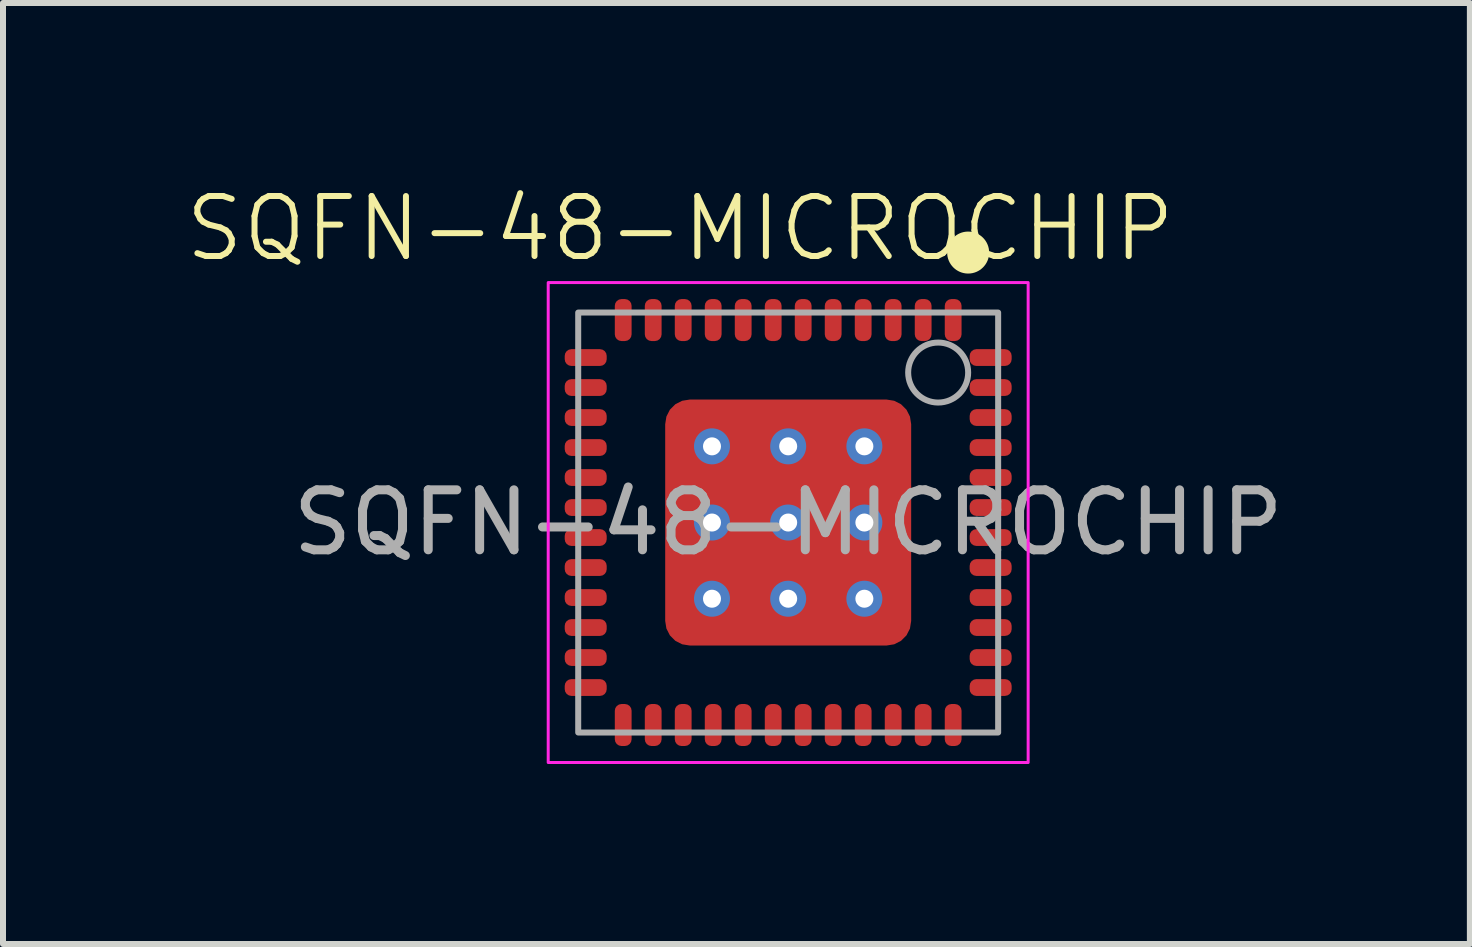
<source format=kicad_pcb>
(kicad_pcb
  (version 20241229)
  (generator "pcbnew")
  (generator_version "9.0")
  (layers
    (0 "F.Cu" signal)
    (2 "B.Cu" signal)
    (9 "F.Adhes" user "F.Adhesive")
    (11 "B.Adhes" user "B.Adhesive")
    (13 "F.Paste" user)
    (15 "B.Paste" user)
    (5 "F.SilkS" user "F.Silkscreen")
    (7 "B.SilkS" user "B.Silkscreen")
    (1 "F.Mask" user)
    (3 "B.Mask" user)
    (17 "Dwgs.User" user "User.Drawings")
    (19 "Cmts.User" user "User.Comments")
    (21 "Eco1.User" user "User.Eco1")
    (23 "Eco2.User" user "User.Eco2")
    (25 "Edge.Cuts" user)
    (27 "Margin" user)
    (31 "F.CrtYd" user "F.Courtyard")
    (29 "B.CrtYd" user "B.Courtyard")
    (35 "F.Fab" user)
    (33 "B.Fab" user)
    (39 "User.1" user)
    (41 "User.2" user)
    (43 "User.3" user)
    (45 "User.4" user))
  (footprint "SQFN-48-MICROCHIP"
    (layer "F.Cu")
    (at 10.088 5.66)
    (property "Reference" "SQFN-48-MICROCHIP" (at -1.8 -4.9 0) (unlocked yes) (layer "F.SilkS") (effects (font (size 1 1) (thickness 0.1))))
    (attr smd)
    (fp_circle (center 3 -4.5) (end 3.3 -4.5) (stroke (width 0.1) (type default)) (fill yes) (layer "F.SilkS"))
    (fp_poly (pts (arc (start -1.681413 -1.082876) (mid -1.587339 -0.944563) (end -1.449025 -0.85049)) (arc (start -1.449025 -0.85049) (mid -1.425883 -0.834882) (end -1.409914 -0.811988)) (arc (start -1.409914 -0.811988) (mid -1.369755 -0.625791) (end -1.409914 -0.439595)) (arc (start -1.409914 -0.439595) (mid -1.425883 -0.416701) (end -1.449026 -0.401093)) (arc (start -1.449026 -0.401093) (mid -1.58734 -0.30702) (end -1.681414 -0.168707)) (arc (start -1.681414 -0.168707) (mid -1.697021 -0.145565) (end -1.719915 -0.129596)) (arc (start -1.719915 -0.129596) (mid -1.763417 -0.112566) (end -1.808446 -0.10012)) (arc (start -1.808446 -0.10012) (mid -1.872614 -0.115089) (end -1.901121 -0.174496)) (arc (start -1.901386 -1.077102) (mid -1.872919 -1.136521) (end -1.808765 -1.151533)) (arc (start -1.808765 -1.151533) (mid -1.763572 -1.139069) (end -1.719914 -1.121987)) (arc (start -1.719914 -1.121987) (mid -1.69702 -1.106018) (end -1.681413 -1.082876))) (stroke (width 0) (type solid)) (fill yes) (layer "F.Paste"))
    (fp_poly (pts (arc (start -1.681413 0.187124) (mid -1.587339 0.325437) (end -1.449025 0.41951)) (arc (start -1.449025 0.41951) (mid -1.425883 0.435118) (end -1.409914 0.458012)) (arc (start -1.409914 0.458012) (mid -1.369755 0.644209) (end -1.409914 0.830405)) (arc (start -1.409914 0.830405) (mid -1.425883 0.853299) (end -1.449026 0.868907)) (arc (start -1.449026 0.868907) (mid -1.58734 0.96298) (end -1.681414 1.101293)) (arc (start -1.681414 1.101293) (mid -1.697021 1.124435) (end -1.719915 1.140404)) (arc (start -1.719915 1.140404) (mid -1.763417 1.157434) (end -1.808446 1.16988)) (arc (start -1.808446 1.16988) (mid -1.872614 1.154911) (end -1.901121 1.095504)) (arc (start -1.901386 0.192898) (mid -1.872919 0.133479) (end -1.808765 0.118467)) (arc (start -1.808765 0.118467) (mid -1.763572 0.130931) (end -1.719914 0.148013)) (arc (start -1.719914 0.148013) (mid -1.69702 0.163982) (end -1.681413 0.187124))) (stroke (width 0) (type solid)) (fill yes) (layer "F.Paste"))
    (fp_poly (pts (arc (start -0.190182 -1.68061) (mid -0.328495 -1.586536) (end -0.422568 -1.448222)) (arc (start -0.422568 -1.448222) (mid -0.438176 -1.42508) (end -0.46107 -1.409111)) (arc (start -0.46107 -1.409111) (mid -0.647267 -1.368952) (end -0.833463 -1.409111)) (arc (start -0.833463 -1.409111) (mid -0.856357 -1.42508) (end -0.871965 -1.448223)) (arc (start -0.871965 -1.448223) (mid -0.966038 -1.586537) (end -1.104351 -1.680611)) (arc (start -1.104351 -1.680611) (mid -1.127493 -1.696218) (end -1.143462 -1.719112)) (arc (start -1.143462 -1.719112) (mid -1.160492 -1.762614) (end -1.172938 -1.807643)) (arc (start -1.172938 -1.807643) (mid -1.157969 -1.871811) (end -1.098562 -1.900318)) (arc (start -0.195956 -1.900583) (mid -0.136537 -1.872116) (end -0.121525 -1.807962)) (arc (start -0.121525 -1.807962) (mid -0.133989 -1.762769) (end -0.151071 -1.719111)) (arc (start -0.151071 -1.719111) (mid -0.16704 -1.696217) (end -0.190182 -1.68061))) (stroke (width 0) (type solid)) (fill yes) (layer "F.Paste"))
    (fp_poly (pts (arc (start -0.190182 1.68061) (mid -0.328495 1.586536) (end -0.422568 1.448222)) (arc (start -0.422568 1.448222) (mid -0.438176 1.42508) (end -0.46107 1.409111)) (arc (start -0.46107 1.409111) (mid -0.647267 1.368952) (end -0.833463 1.409111)) (arc (start -0.833463 1.409111) (mid -0.856357 1.42508) (end -0.871965 1.448223)) (arc (start -0.871965 1.448223) (mid -0.966038 1.586537) (end -1.104351 1.680611)) (arc (start -1.104351 1.680611) (mid -1.127493 1.696218) (end -1.143462 1.719112)) (arc (start -1.143462 1.719112) (mid -1.160492 1.762614) (end -1.172938 1.807643)) (arc (start -1.172938 1.807643) (mid -1.157969 1.871811) (end -1.098562 1.900318)) (arc (start -0.195956 1.900583) (mid -0.136537 1.872116) (end -0.121525 1.807962)) (arc (start -0.121525 1.807962) (mid -0.133989 1.762769) (end -0.151071 1.719111)) (arc (start -0.151071 1.719111) (mid -0.16704 1.696217) (end -0.190182 1.68061))) (stroke (width 0) (type solid)) (fill yes) (layer "F.Paste"))
    (fp_poly (pts (arc (start 1.079818 -1.68061) (mid 0.941505 -1.586536) (end 0.847432 -1.448222)) (arc (start 0.847432 -1.448222) (mid 0.831824 -1.42508) (end 0.80893 -1.409111)) (arc (start 0.80893 -1.409111) (mid 0.622733 -1.368952) (end 0.436537 -1.409111)) (arc (start 0.436537 -1.409111) (mid 0.413643 -1.42508) (end 0.398035 -1.448223)) (arc (start 0.398035 -1.448223) (mid 0.303962 -1.586537) (end 0.165649 -1.680611)) (arc (start 0.165649 -1.680611) (mid 0.142507 -1.696218) (end 0.126538 -1.719112)) (arc (start 0.126538 -1.719112) (mid 0.109508 -1.762614) (end 0.097062 -1.807643)) (arc (start 0.097062 -1.807643) (mid 0.112031 -1.871811) (end 0.171438 -1.900318)) (arc (start 1.074044 -1.900583) (mid 1.133463 -1.872116) (end 1.148475 -1.807962)) (arc (start 1.148475 -1.807962) (mid 1.136011 -1.762769) (end 1.118929 -1.719111)) (arc (start 1.118929 -1.719111) (mid 1.10296 -1.696217) (end 1.079818 -1.68061))) (stroke (width 0) (type solid)) (fill yes) (layer "F.Paste"))
    (fp_poly (pts (arc (start 1.079818 1.68061) (mid 0.941505 1.586536) (end 0.847432 1.448222)) (arc (start 0.847432 1.448222) (mid 0.831824 1.42508) (end 0.80893 1.409111)) (arc (start 0.80893 1.409111) (mid 0.622733 1.368952) (end 0.436537 1.409111)) (arc (start 0.436537 1.409111) (mid 0.413643 1.42508) (end 0.398035 1.448223)) (arc (start 0.398035 1.448223) (mid 0.303962 1.586537) (end 0.165649 1.680611)) (arc (start 0.165649 1.680611) (mid 0.142507 1.696218) (end 0.126538 1.719112)) (arc (start 0.126538 1.719112) (mid 0.109508 1.762614) (end 0.097062 1.807643)) (arc (start 0.097062 1.807643) (mid 0.112031 1.871811) (end 0.171438 1.900318)) (arc (start 1.074044 1.900583) (mid 1.133463 1.872116) (end 1.148475 1.807962)) (arc (start 1.148475 1.807962) (mid 1.136011 1.762769) (end 1.118929 1.719111)) (arc (start 1.118929 1.719111) (mid 1.10296 1.696217) (end 1.079818 1.68061))) (stroke (width 0) (type solid)) (fill yes) (layer "F.Paste"))
    (fp_poly (pts (arc (start 1.681413 -1.082876) (mid 1.587339 -0.944563) (end 1.449025 -0.85049)) (arc (start 1.449025 -0.85049) (mid 1.425883 -0.834882) (end 1.409914 -0.811988)) (arc (start 1.409914 -0.811988) (mid 1.369755 -0.625791) (end 1.409914 -0.439595)) (arc (start 1.409914 -0.439595) (mid 1.425883 -0.416701) (end 1.449026 -0.401093)) (arc (start 1.449026 -0.401093) (mid 1.58734 -0.30702) (end 1.681414 -0.168707)) (arc (start 1.681414 -0.168707) (mid 1.697021 -0.145565) (end 1.719915 -0.129596)) (arc (start 1.719915 -0.129596) (mid 1.763417 -0.112566) (end 1.808446 -0.10012)) (arc (start 1.808446 -0.10012) (mid 1.872614 -0.115089) (end 1.901121 -0.174496)) (arc (start 1.901386 -1.077102) (mid 1.872919 -1.136521) (end 1.808765 -1.151533)) (arc (start 1.808765 -1.151533) (mid 1.763572 -1.139069) (end 1.719914 -1.121987)) (arc (start 1.719914 -1.121987) (mid 1.69702 -1.106018) (end 1.681413 -1.082876))) (stroke (width 0) (type solid)) (fill yes) (layer "F.Paste"))
    (fp_poly (pts (arc (start 1.681413 0.187124) (mid 1.587339 0.325437) (end 1.449025 0.41951)) (arc (start 1.449025 0.41951) (mid 1.425883 0.435118) (end 1.409914 0.458012)) (arc (start 1.409914 0.458012) (mid 1.369755 0.644209) (end 1.409914 0.830405)) (arc (start 1.409914 0.830405) (mid 1.425883 0.853299) (end 1.449026 0.868907)) (arc (start 1.449026 0.868907) (mid 1.58734 0.96298) (end 1.681414 1.101293)) (arc (start 1.681414 1.101293) (mid 1.697021 1.124435) (end 1.719915 1.140404)) (arc (start 1.719915 1.140404) (mid 1.763417 1.157434) (end 1.808446 1.16988)) (arc (start 1.808446 1.16988) (mid 1.872614 1.154911) (end 1.901121 1.095504)) (arc (start 1.901386 0.192898) (mid 1.872919 0.133479) (end 1.808765 0.118467)) (arc (start 1.808765 0.118467) (mid 1.763572 0.130931) (end 1.719914 0.148013)) (arc (start 1.719914 0.148013) (mid 1.69702 0.163982) (end 1.681413 0.187124))) (stroke (width 0) (type solid)) (fill yes) (layer "F.Paste"))
    (fp_poly (pts (arc (start -0.449915 -0.129594) (mid -0.427021 -0.145563) (end -0.411414 -0.168706)) (arc (start -0.411414 -0.168706) (mid -0.31734 -0.30702) (end -0.179026 -0.401093)) (arc (start -0.179026 -0.401093) (mid -0.155883 -0.4167) (end -0.139914 -0.439595)) (arc (start -0.139914 -0.439595) (mid -0.099755 -0.625791) (end -0.139914 -0.811988)) (arc (start -0.139914 -0.811988) (mid -0.155883 -0.834883) (end -0.179026 -0.85049)) (arc (start -0.179026 -0.85049) (mid -0.31734 -0.944563) (end -0.411414 -1.082877)) (arc (start -0.411414 -1.082877) (mid -0.427021 -1.106019) (end -0.449915 -1.121988)) (arc (start -0.449915 -1.121988) (mid -0.636113 -1.162148) (end -0.822311 -1.121988)) (arc (start -0.822311 -1.121988) (mid -0.845205 -1.106019) (end -0.860812 -1.082877)) (arc (start -0.860812 -1.082877) (mid -0.954886 -0.944564) (end -1.0932 -0.850491)) (arc (start -1.0932 -0.850491) (mid -1.116343 -0.834883) (end -1.132312 -0.811989)) (arc (start -1.132312 -0.811989) (mid -1.172471 -0.625792) (end -1.132312 -0.439595)) (arc (start -1.132312 -0.439595) (mid -1.116343 -0.4167) (end -1.0932 -0.401093)) (arc (start -1.0932 -0.401093) (mid -0.954886 -0.30702) (end -0.860813 -0.168706)) (arc (start -0.860813 -0.168706) (mid -0.845205 -0.145563) (end -0.822311 -0.129594)) (arc (start -0.822311 -0.129594) (mid -0.636113 -0.089435) (end -0.449915 -0.129594))) (stroke (width 0) (type solid)) (fill yes) (layer "F.Paste"))
    (fp_poly (pts (arc (start -0.449915 1.140406) (mid -0.427021 1.124437) (end -0.411414 1.101294)) (arc (start -0.411414 1.101294) (mid -0.31734 0.96298) (end -0.179026 0.868907)) (arc (start -0.179026 0.868907) (mid -0.155883 0.8533) (end -0.139914 0.830405)) (arc (start -0.139914 0.830405) (mid -0.099755 0.644209) (end -0.139914 0.458012)) (arc (start -0.139914 0.458012) (mid -0.155883 0.435117) (end -0.179026 0.41951)) (arc (start -0.179026 0.41951) (mid -0.31734 0.325437) (end -0.411414 0.187123)) (arc (start -0.411414 0.187123) (mid -0.427021 0.163981) (end -0.449915 0.148012)) (arc (start -0.449915 0.148012) (mid -0.636113 0.107852) (end -0.822311 0.148012)) (arc (start -0.822311 0.148012) (mid -0.845205 0.163981) (end -0.860812 0.187123)) (arc (start -0.860812 0.187123) (mid -0.954886 0.325436) (end -1.0932 0.419509)) (arc (start -1.0932 0.419509) (mid -1.116343 0.435117) (end -1.132312 0.458011)) (arc (start -1.132312 0.458011) (mid -1.172471 0.644208) (end -1.132312 0.830405)) (arc (start -1.132312 0.830405) (mid -1.116343 0.8533) (end -1.0932 0.868907)) (arc (start -1.0932 0.868907) (mid -0.954886 0.96298) (end -0.860813 1.101294)) (arc (start -0.860813 1.101294) (mid -0.845205 1.124437) (end -0.822311 1.140406)) (arc (start -0.822311 1.140406) (mid -0.636113 1.180565) (end -0.449915 1.140406))) (stroke (width 0) (type solid)) (fill yes) (layer "F.Paste"))
    (fp_poly (pts (arc (start 0.449915 -0.129594) (mid 0.427021 -0.145563) (end 0.411414 -0.168706)) (arc (start 0.411414 -0.168706) (mid 0.31734 -0.30702) (end 0.179026 -0.401093)) (arc (start 0.179026 -0.401093) (mid 0.155883 -0.4167) (end 0.139914 -0.439595)) (arc (start 0.139914 -0.439595) (mid 0.099755 -0.625791) (end 0.139914 -0.811988)) (arc (start 0.139914 -0.811988) (mid 0.155883 -0.834883) (end 0.179026 -0.85049)) (arc (start 0.179026 -0.85049) (mid 0.31734 -0.944563) (end 0.411414 -1.082877)) (arc (start 0.411414 -1.082877) (mid 0.427021 -1.106019) (end 0.449915 -1.121988)) (arc (start 0.449915 -1.121988) (mid 0.636113 -1.162148) (end 0.822311 -1.121988)) (arc (start 0.822311 -1.121988) (mid 0.845205 -1.106019) (end 0.860812 -1.082877)) (arc (start 0.860812 -1.082877) (mid 0.954886 -0.944564) (end 1.0932 -0.850491)) (arc (start 1.0932 -0.850491) (mid 1.116343 -0.834883) (end 1.132312 -0.811989)) (arc (start 1.132312 -0.811989) (mid 1.172471 -0.625792) (end 1.132312 -0.439595)) (arc (start 1.132312 -0.439595) (mid 1.116343 -0.4167) (end 1.0932 -0.401093)) (arc (start 1.0932 -0.401093) (mid 0.954886 -0.30702) (end 0.860813 -0.168706)) (arc (start 0.860813 -0.168706) (mid 0.845205 -0.145563) (end 0.822311 -0.129594)) (arc (start 0.822311 -0.129594) (mid 0.636113 -0.089435) (end 0.449915 -0.129594))) (stroke (width 0) (type solid)) (fill yes) (layer "F.Paste"))
    (fp_poly (pts (arc (start 0.449915 1.140406) (mid 0.427021 1.124437) (end 0.411414 1.101294)) (arc (start 0.411414 1.101294) (mid 0.31734 0.96298) (end 0.179026 0.868907)) (arc (start 0.179026 0.868907) (mid 0.155883 0.8533) (end 0.139914 0.830405)) (arc (start 0.139914 0.830405) (mid 0.099755 0.644209) (end 0.139914 0.458012)) (arc (start 0.139914 0.458012) (mid 0.155883 0.435117) (end 0.179026 0.41951)) (arc (start 0.179026 0.41951) (mid 0.31734 0.325437) (end 0.411414 0.187123)) (arc (start 0.411414 0.187123) (mid 0.427021 0.163981) (end 0.449915 0.148012)) (arc (start 0.449915 0.148012) (mid 0.636113 0.107852) (end 0.822311 0.148012)) (arc (start 0.822311 0.148012) (mid 0.845205 0.163981) (end 0.860812 0.187123)) (arc (start 0.860812 0.187123) (mid 0.954886 0.325436) (end 1.0932 0.419509)) (arc (start 1.0932 0.419509) (mid 1.116343 0.435117) (end 1.132312 0.458011)) (arc (start 1.132312 0.458011) (mid 1.172471 0.644208) (end 1.132312 0.830405)) (arc (start 1.132312 0.830405) (mid 1.116343 0.8533) (end 1.0932 0.868907)) (arc (start 1.0932 0.868907) (mid 0.954886 0.96298) (end 0.860813 1.101294)) (arc (start 0.860813 1.101294) (mid 0.845205 1.124437) (end 0.822311 1.140406)) (arc (start 0.822311 1.140406) (mid 0.636113 1.180565) (end 0.449915 1.140406))) (stroke (width 0) (type solid)) (fill yes) (layer "F.Paste"))
    (fp_rect (start -4 -4) (end 4 4) (stroke (width 0.05) (type default)) (fill no) (layer "F.CrtYd"))
    (fp_rect (start -3.5 -3.5) (end 3.5 3.5) (stroke (width 0.1) (type default)) (fill no) (layer "F.Fab"))
    (fp_circle (center 2.5 -2.5) (end 3 -2.5) (stroke (width 0.1) (type default)) (fill no) (layer "F.Fab"))
    (fp_text user "${REFERENCE}" (at 0 0 0) (unlocked yes) (layer "F.Fab") (effects (font (size 1 1) (thickness 0.15))))
    (pad "1" smd roundrect (at 2.75 -3.375) (size 0.28 0.7) (layers "F.Cu" "F.Mask" "F.Paste") (roundrect_rratio 0.4))
    (pad "2" smd roundrect (at 2.25 -3.375) (size 0.28 0.7) (layers "F.Cu" "F.Mask" "F.Paste") (roundrect_rratio 0.4))
    (pad "3" smd roundrect (at 1.75 -3.375) (size 0.28 0.7) (layers "F.Cu" "F.Mask" "F.Paste") (roundrect_rratio 0.4))
    (pad "4" smd roundrect (at 1.25 -3.375) (size 0.28 0.7) (layers "F.Cu" "F.Mask" "F.Paste") (roundrect_rratio 0.4))
    (pad "5" smd roundrect (at 0.75 -3.375) (size 0.28 0.7) (layers "F.Cu" "F.Mask" "F.Paste") (roundrect_rratio 0.4))
    (pad "6" smd roundrect (at 0.25 -3.375) (size 0.28 0.7) (layers "F.Cu" "F.Mask" "F.Paste") (roundrect_rratio 0.4))
    (pad "7" smd roundrect (at -0.25 -3.375) (size 0.28 0.7) (layers "F.Cu" "F.Mask" "F.Paste") (roundrect_rratio 0.4))
    (pad "8" smd roundrect (at -0.75 -3.375) (size 0.28 0.7) (layers "F.Cu" "F.Mask" "F.Paste") (roundrect_rratio 0.4))
    (pad "9" smd roundrect (at -1.25 -3.375) (size 0.28 0.7) (layers "F.Cu" "F.Mask" "F.Paste") (roundrect_rratio 0.4))
    (pad "10" smd roundrect (at -1.75 -3.375) (size 0.28 0.7) (layers "F.Cu" "F.Mask" "F.Paste") (roundrect_rratio 0.4))
    (pad "11" smd roundrect (at -2.25 -3.375) (size 0.28 0.7) (layers "F.Cu" "F.Mask" "F.Paste") (roundrect_rratio 0.4))
    (pad "12" smd roundrect (at -2.75 -3.375) (size 0.28 0.7) (layers "F.Cu" "F.Mask" "F.Paste") (roundrect_rratio 0.4))
    (pad "13" smd roundrect (at -3.375 -2.75 270) (size 0.28 0.7) (layers "F.Cu" "F.Mask" "F.Paste") (roundrect_rratio 0.4))
    (pad "14" smd roundrect (at -3.375 -2.25 270) (size 0.28 0.7) (layers "F.Cu" "F.Mask" "F.Paste") (roundrect_rratio 0.4))
    (pad "15" smd roundrect (at -3.375 -1.75 270) (size 0.28 0.7) (layers "F.Cu" "F.Mask" "F.Paste") (roundrect_rratio 0.4))
    (pad "16" smd roundrect (at -3.375 -1.25 270) (size 0.28 0.7) (layers "F.Cu" "F.Mask" "F.Paste") (roundrect_rratio 0.4))
    (pad "17" smd roundrect (at -3.375 -0.75 270) (size 0.28 0.7) (layers "F.Cu" "F.Mask" "F.Paste") (roundrect_rratio 0.4))
    (pad "18" smd roundrect (at -3.375 -0.25 270) (size 0.28 0.7) (layers "F.Cu" "F.Mask" "F.Paste") (roundrect_rratio 0.4))
    (pad "19" smd roundrect (at -3.375 0.25 270) (size 0.28 0.7) (layers "F.Cu" "F.Mask" "F.Paste") (roundrect_rratio 0.4))
    (pad "20" smd roundrect (at -3.375 0.75 270) (size 0.28 0.7) (layers "F.Cu" "F.Mask" "F.Paste") (roundrect_rratio 0.4))
    (pad "21" smd roundrect (at -3.375 1.25 270) (size 0.28 0.7) (layers "F.Cu" "F.Mask" "F.Paste") (roundrect_rratio 0.4))
    (pad "22" smd roundrect (at -3.375 1.75 270) (size 0.28 0.7) (layers "F.Cu" "F.Mask" "F.Paste") (roundrect_rratio 0.4))
    (pad "23" smd roundrect (at -3.375 2.25 270) (size 0.28 0.7) (layers "F.Cu" "F.Mask" "F.Paste") (roundrect_rratio 0.4))
    (pad "24" smd roundrect (at -3.375 2.75 270) (size 0.28 0.7) (layers "F.Cu" "F.Mask" "F.Paste") (roundrect_rratio 0.4))
    (pad "25" smd roundrect (at -2.75 3.375) (size 0.28 0.7) (layers "F.Cu" "F.Mask" "F.Paste") (roundrect_rratio 0.4))
    (pad "26" smd roundrect (at -2.25 3.375) (size 0.28 0.7) (layers "F.Cu" "F.Mask" "F.Paste") (roundrect_rratio 0.4))
    (pad "27" smd roundrect (at -1.75 3.375) (size 0.28 0.7) (layers "F.Cu" "F.Mask" "F.Paste") (roundrect_rratio 0.4))
    (pad "28" smd roundrect (at -1.25 3.375) (size 0.28 0.7) (layers "F.Cu" "F.Mask" "F.Paste") (roundrect_rratio 0.4))
    (pad "29" smd roundrect (at -0.75 3.375) (size 0.28 0.7) (layers "F.Cu" "F.Mask" "F.Paste") (roundrect_rratio 0.4))
    (pad "30" smd roundrect (at -0.25 3.375) (size 0.28 0.7) (layers "F.Cu" "F.Mask" "F.Paste") (roundrect_rratio 0.4))
    (pad "31" smd roundrect (at 0.25 3.375) (size 0.28 0.7) (layers "F.Cu" "F.Mask" "F.Paste") (roundrect_rratio 0.4))
    (pad "32" smd roundrect (at 0.75 3.375) (size 0.28 0.7) (layers "F.Cu" "F.Mask" "F.Paste") (roundrect_rratio 0.4))
    (pad "33" smd roundrect (at 1.25 3.375) (size 0.28 0.7) (layers "F.Cu" "F.Mask" "F.Paste") (roundrect_rratio 0.4))
    (pad "34" smd roundrect (at 1.75 3.375) (size 0.28 0.7) (layers "F.Cu" "F.Mask" "F.Paste") (roundrect_rratio 0.4))
    (pad "35" smd roundrect (at 2.25 3.375) (size 0.28 0.7) (layers "F.Cu" "F.Mask" "F.Paste") (roundrect_rratio 0.4))
    (pad "36" smd roundrect (at 2.75 3.375) (size 0.28 0.7) (layers "F.Cu" "F.Mask" "F.Paste") (roundrect_rratio 0.4))
    (pad "37" smd roundrect (at 3.375 2.75 270) (size 0.28 0.7) (layers "F.Cu" "F.Mask" "F.Paste") (roundrect_rratio 0.4))
    (pad "38" smd roundrect (at 3.375 2.25 270) (size 0.28 0.7) (layers "F.Cu" "F.Mask" "F.Paste") (roundrect_rratio 0.4))
    (pad "39" smd roundrect (at 3.375 1.75 270) (size 0.28 0.7) (layers "F.Cu" "F.Mask" "F.Paste") (roundrect_rratio 0.4))
    (pad "40" smd roundrect (at 3.375 1.25 270) (size 0.28 0.7) (layers "F.Cu" "F.Mask" "F.Paste") (roundrect_rratio 0.4))
    (pad "41" smd roundrect (at 3.375 0.75 270) (size 0.28 0.7) (layers "F.Cu" "F.Mask" "F.Paste") (roundrect_rratio 0.4))
    (pad "42" smd roundrect (at 3.375 0.25 270) (size 0.28 0.7) (layers "F.Cu" "F.Mask" "F.Paste") (roundrect_rratio 0.4))
    (pad "43" smd roundrect (at 3.375 -0.25 270) (size 0.28 0.7) (layers "F.Cu" "F.Mask" "F.Paste") (roundrect_rratio 0.4))
    (pad "44" smd roundrect (at 3.375 -0.75 270) (size 0.28 0.7) (layers "F.Cu" "F.Mask" "F.Paste") (roundrect_rratio 0.4))
    (pad "45" smd roundrect (at 3.375 -1.25 270) (size 0.28 0.7) (layers "F.Cu" "F.Mask" "F.Paste") (roundrect_rratio 0.4))
    (pad "46" smd roundrect (at 3.375 -1.75 270) (size 0.28 0.7) (layers "F.Cu" "F.Mask" "F.Paste") (roundrect_rratio 0.4))
    (pad "47" smd roundrect (at 3.375 -2.25 270) (size 0.28 0.7) (layers "F.Cu" "F.Mask" "F.Paste") (roundrect_rratio 0.4))
    (pad "48" smd roundrect (at 3.375 -2.75 270) (size 0.28 0.7) (layers "F.Cu" "F.Mask" "F.Paste") (roundrect_rratio 0.4))
    (pad "49" thru_hole circle (at -1.27 -1.27) (size 0.6 0.6) (drill 0.3) (layers "*.Cu" "*.Mask"))
    (pad "49" thru_hole circle (at -1.27 0) (size 0.6 0.6) (drill 0.3) (layers "*.Cu" "*.Mask"))
    (pad "49" thru_hole circle (at -1.27 1.27) (size 0.6 0.6) (drill 0.3) (layers "*.Cu" "*.Mask"))
    (pad "49" thru_hole circle (at 0 -1.27) (size 0.6 0.6) (drill 0.3) (layers "*.Cu" "*.Mask"))
    (pad "49" thru_hole circle (at 0 0) (size 0.6 0.6) (drill 0.3) (layers "*.Cu" "*.Mask"))
    (pad "49" smd roundrect (at 0 0 270) (size 4.1 4.1) (layers "F.Cu" "F.Mask") (roundrect_rratio 0.1))
    (pad "49" thru_hole circle (at 0 1.27) (size 0.6 0.6) (drill 0.3) (layers "*.Cu" "*.Mask"))
    (pad "49" thru_hole circle (at 1.27 -1.27) (size 0.6 0.6) (drill 0.3) (layers "*.Cu" "*.Mask"))
    (pad "49" thru_hole circle (at 1.27 0) (size 0.6 0.6) (drill 0.3) (layers "*.Cu" "*.Mask"))
    (pad "49" thru_hole circle (at 1.27 1.27) (size 0.6 0.6) (drill 0.3) (layers "*.Cu" "*.Mask")))
  (gr_rect
    (start -3 -3)
    (end 21.451 12.685)
    (stroke (width 0.1) (type default))
    (fill no)
    (layer "Edge.Cuts")))
</source>
